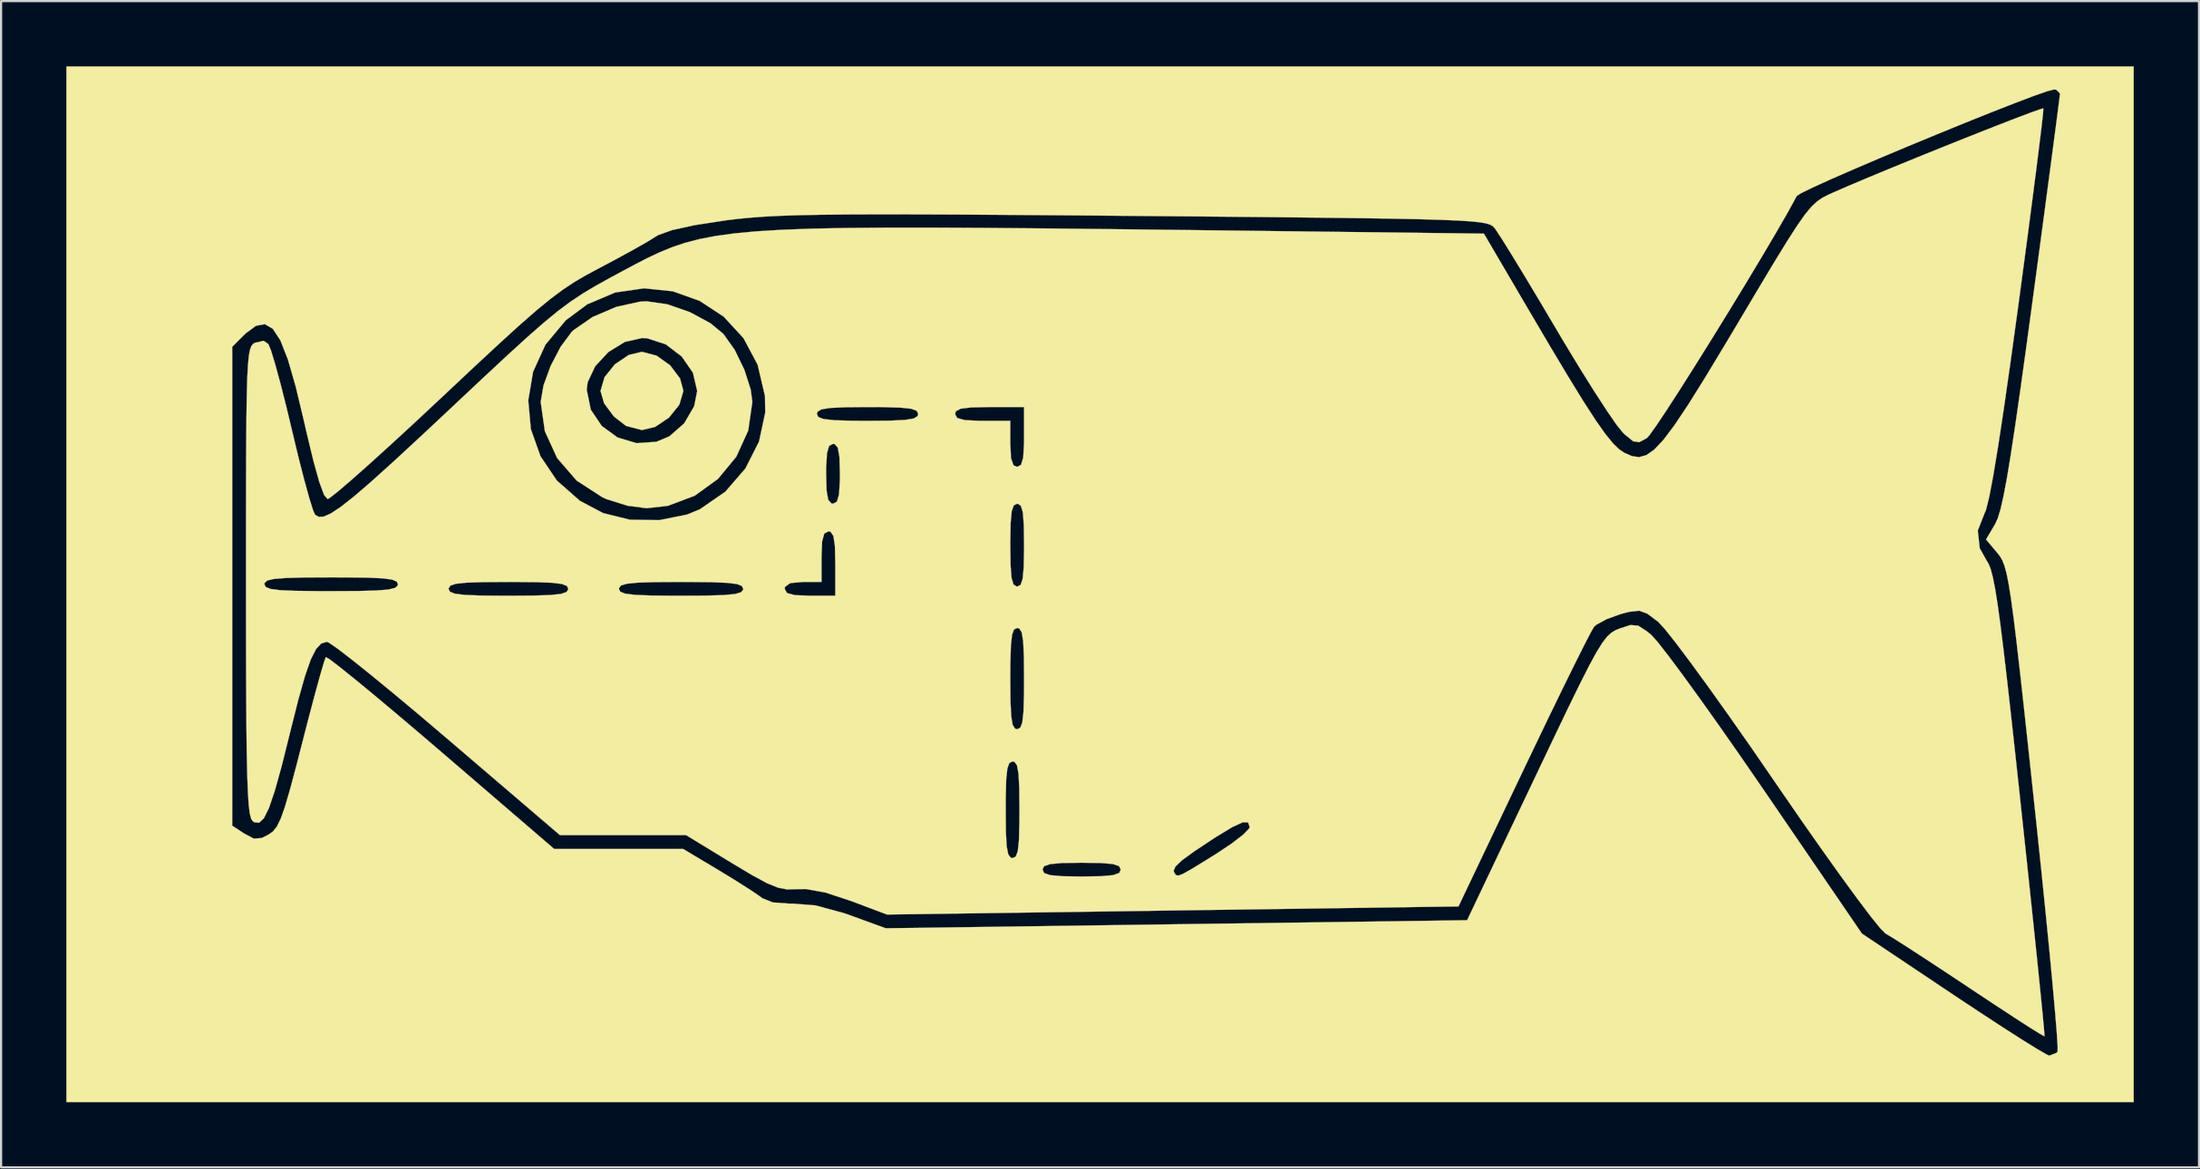
<source format=kicad_pcb>
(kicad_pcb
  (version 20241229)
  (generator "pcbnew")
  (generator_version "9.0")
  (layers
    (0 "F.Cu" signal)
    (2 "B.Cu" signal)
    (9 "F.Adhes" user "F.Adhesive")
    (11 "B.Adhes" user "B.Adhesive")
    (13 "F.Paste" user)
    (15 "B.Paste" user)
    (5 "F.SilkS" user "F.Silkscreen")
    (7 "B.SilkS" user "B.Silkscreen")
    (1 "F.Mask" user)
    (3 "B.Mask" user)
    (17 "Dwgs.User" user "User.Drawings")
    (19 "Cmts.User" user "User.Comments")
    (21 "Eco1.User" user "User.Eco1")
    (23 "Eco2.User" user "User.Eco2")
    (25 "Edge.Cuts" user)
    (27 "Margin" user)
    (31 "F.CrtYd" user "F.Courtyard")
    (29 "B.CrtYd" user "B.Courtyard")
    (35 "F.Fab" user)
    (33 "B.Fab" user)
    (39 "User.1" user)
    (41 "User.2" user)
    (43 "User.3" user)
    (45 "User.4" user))
  (footprint "bable"
    (layer "F.Cu")
    (at 47.418 23.712)
    (property "Reference" "bable" (at 0 0 0) (layer "F.SilkS") (effects (font (size 1.524 1.524) (thickness 0.3))))
    (attr through_hole)
    (fp_poly (pts (xy -20.282 -10.407) (xy -19.656 -9.958) (xy -19.203 -9.356) (xy -19.05 -8.784) (xy -19.237 -8.149) (xy -19.713 -7.557) (xy -20.349 -7.13) (xy -20.955 -6.985) (xy -21.685 -7.174) (xy -22.241 -7.604) (xy -22.693 -8.211) (xy -22.86 -8.784) (xy -22.673 -9.42) (xy -22.197 -10.011) (xy -21.561 -10.439) (xy -20.955 -10.583) (xy -20.282 -10.407)) (stroke (width 0.01) (type solid)) (fill yes) (layer "F.SilkS"))
    (fp_poly (pts (xy -19.789 -12.769) (xy -18.749 -12.407) (xy -17.802 -11.895) (xy -17.211 -11.405) (xy -16.693 -10.677) (xy -16.249 -9.763) (xy -15.955 -8.848) (xy -15.88 -8.28) (xy -16.07 -6.961) (xy -16.617 -5.76) (xy -17.458 -4.74) (xy -18.528 -3.966) (xy -19.765 -3.5) (xy -20.743 -3.391) (xy -21.618 -3.505) (xy -22.566 -3.802) (xy -22.769 -3.891) (xy -23.956 -4.66) (xy -24.854 -5.697) (xy -25.419 -6.934) (xy -25.61 -8.28) (xy -25.514 -8.841) (xy -23.495 -8.841) (xy -23.307 -7.921) (xy -22.802 -7.171) (xy -22.072 -6.641) (xy -21.205 -6.382) (xy -20.292 -6.445) (xy -19.693 -6.696) (xy -19.011 -7.295) (xy -18.553 -8.084) (xy -18.415 -8.784) (xy -18.61 -9.62) (xy -19.126 -10.367) (xy -19.862 -10.928) (xy -20.716 -11.205) (xy -20.945 -11.218) (xy -21.741 -11.04) (xy -22.497 -10.574) (xy -23.104 -9.921) (xy -23.452 -9.184) (xy -23.495 -8.841) (xy -25.514 -8.841) (xy -25.48 -9.04) (xy -25.148 -9.944) (xy -24.691 -10.819) (xy -24.188 -11.494) (xy -24.105 -11.576) (xy -23.222 -12.185) (xy -22.135 -12.649) (xy -21.047 -12.889) (xy -20.743 -12.905) (xy -19.789 -12.769)) (stroke (width 0.01) (type solid)) (fill yes) (layer "F.SilkS"))
    (fp_poly (pts (xy 47.625 23.918) (xy -47.413 23.918) (xy -47.413 -10.814) (xy -39.793 -10.814) (xy -39.793 0.197) (xy -39.793 11.209) (xy -39.24 11.571) (xy -38.799 11.804) (xy -38.437 11.776) (xy -38.129 11.624) (xy -37.923 11.478) (xy -37.741 11.253) (xy -37.563 10.891) (xy -37.365 10.332) (xy -37.128 9.517) (xy -36.827 8.389) (xy -36.583 7.438) (xy -36.269 6.219) (xy -35.984 5.145) (xy -35.747 4.283) (xy -35.576 3.699) (xy -35.489 3.457) (xy -35.488 3.455) (xy -35.307 3.562) (xy -34.846 3.914) (xy -34.142 4.481) (xy -33.234 5.229) (xy -32.161 6.129) (xy -30.961 7.148) (xy -30.186 7.812) (xy -24.992 12.277) (xy -19.065 12.277) (xy -17.417 13.263) (xy -16.639 13.738) (xy -15.971 14.163) (xy -15.52 14.469) (xy -15.422 14.545) (xy -14.937 14.739) (xy -14.161 14.796) (xy -14.033 14.792) (xy -12.967 14.878) (xy -11.662 15.233) (xy -11.37 15.336) (xy -9.748 15.927) (xy 3.616 15.742) (xy 16.981 15.557) (xy 20.098 8.998) (xy 20.935 7.239) (xy 21.613 5.823) (xy 22.156 4.712) (xy 22.586 3.864) (xy 22.924 3.242) (xy 23.194 2.806) (xy 23.417 2.516) (xy 23.617 2.332) (xy 23.814 2.215) (xy 23.982 2.146) (xy 24.49 1.982) (xy 24.846 2.011) (xy 25.246 2.271) (xy 25.445 2.434) (xy 25.721 2.739) (xy 26.202 3.352) (xy 26.857 4.229) (xy 27.655 5.329) (xy 28.565 6.608) (xy 29.554 8.022) (xy 30.593 9.53) (xy 30.637 9.594) (xy 35.132 16.172) (xy 39.315 18.971) (xy 40.502 19.759) (xy 41.579 20.463) (xy 42.494 21.049) (xy 43.196 21.484) (xy 43.633 21.736) (xy 43.75 21.786) (xy 44.082 21.654) (xy 44.128 21.597) (xy 44.13 21.353) (xy 44.09 20.728) (xy 44.011 19.762) (xy 43.897 18.495) (xy 43.752 16.966) (xy 43.579 15.216) (xy 43.382 13.284) (xy 43.165 11.21) (xy 43.073 10.346) (xy 42.812 7.904) (xy 42.589 5.848) (xy 42.4 4.141) (xy 42.24 2.75) (xy 42.104 1.637) (xy 41.986 0.768) (xy 41.881 0.106) (xy 41.784 -0.382) (xy 41.689 -0.734) (xy 41.592 -0.984) (xy 41.488 -1.167) (xy 41.371 -1.321) (xy 41.365 -1.327) (xy 40.838 -1.953) (xy 41.266 -2.678) (xy 41.383 -2.938) (xy 41.506 -3.349) (xy 41.642 -3.946) (xy 41.796 -4.762) (xy 41.973 -5.833) (xy 42.18 -7.193) (xy 42.422 -8.876) (xy 42.705 -10.917) (xy 42.966 -12.839) (xy 43.229 -14.792) (xy 43.473 -16.616) (xy 43.693 -18.269) (xy 43.884 -19.707) (xy 44.04 -20.889) (xy 44.154 -21.77) (xy 44.222 -22.308) (xy 44.238 -22.462) (xy 44.07 -22.634) (xy 43.963 -22.648) (xy 43.659 -22.57) (xy 43.034 -22.351) (xy 42.148 -22.016) (xy 41.062 -21.59) (xy 39.836 -21.098) (xy 38.528 -20.564) (xy 37.2 -20.014) (xy 35.91 -19.472) (xy 34.719 -18.963) (xy 33.686 -18.511) (xy 32.872 -18.141) (xy 32.336 -17.879) (xy 32.138 -17.753) (xy 31.742 -17.029) (xy 31.2 -16.087) (xy 30.547 -14.981) (xy 29.817 -13.765) (xy 29.043 -12.494) (xy 28.258 -11.222) (xy 27.497 -10.002) (xy 26.794 -8.891) (xy 26.181 -7.942) (xy 25.692 -7.209) (xy 25.362 -6.747) (xy 25.241 -6.613) (xy 24.895 -6.428) (xy 24.617 -6.468) (xy 24.244 -6.771) (xy 24.143 -6.867) (xy 23.862 -7.214) (xy 23.411 -7.868) (xy 22.827 -8.766) (xy 22.15 -9.849) (xy 21.419 -11.055) (xy 21.051 -11.676) (xy 20.324 -12.904) (xy 19.651 -14.027) (xy 19.067 -14.987) (xy 18.608 -15.726) (xy 18.307 -16.188) (xy 18.225 -16.3) (xy 18.146 -16.373) (xy 18.026 -16.437) (xy 17.836 -16.493) (xy 17.547 -16.541) (xy 17.131 -16.583) (xy 16.559 -16.62) (xy 15.804 -16.651) (xy 14.836 -16.68) (xy 13.627 -16.705) (xy 12.149 -16.729) (xy 10.373 -16.751) (xy 8.27 -16.774) (xy 5.813 -16.798) (xy 2.973 -16.823) (xy 1.693 -16.834) (xy -1.371 -16.86) (xy -4.044 -16.88) (xy -6.359 -16.895) (xy -8.35 -16.903) (xy -10.047 -16.905) (xy -11.485 -16.9) (xy -12.696 -16.887) (xy -13.713 -16.867) (xy -14.567 -16.839) (xy -15.293 -16.802) (xy -15.922 -16.757) (xy -16.488 -16.703) (xy -17.022 -16.639) (xy -17.129 -16.625) (xy -18.537 -16.407) (xy -19.571 -16.181) (xy -20.209 -15.951) (xy -20.304 -15.894) (xy -20.715 -15.639) (xy -21.399 -15.251) (xy -22.249 -14.788) (xy -22.924 -14.43) (xy -23.522 -14.11) (xy -24.066 -13.791) (xy -24.601 -13.436) (xy -25.173 -13.008) (xy -25.827 -12.471) (xy -26.609 -11.786) (xy -27.563 -10.917) (xy -28.735 -9.827) (xy -30.064 -8.579) (xy -31.29 -7.432) (xy -32.426 -6.384) (xy -33.434 -5.469) (xy -34.275 -4.722) (xy -34.911 -4.177) (xy -35.303 -3.868) (xy -35.408 -3.81) (xy -35.569 -4.004) (xy -35.787 -4.592) (xy -36.062 -5.581) (xy -36.398 -6.98) (xy -36.483 -7.355) (xy -36.875 -8.993) (xy -37.234 -10.237) (xy -37.578 -11.111) (xy -37.926 -11.642) (xy -38.295 -11.856) (xy -38.703 -11.778) (xy -39.17 -11.434) (xy -39.274 -11.334) (xy -39.793 -10.814) (xy -47.413 -10.814) (xy -47.413 -23.707) (xy 47.625 -23.707) (xy 47.625 23.918)) (stroke (width 0.01) (type solid)) (fill yes) (layer "F.SilkS"))
    (fp_poly (pts (xy 43.459 -21.555) (xy 43.393 -20.959) (xy 43.28 -20.031) (xy 43.127 -18.812) (xy 42.937 -17.348) (xy 42.718 -15.68) (xy 42.474 -13.851) (xy 42.312 -12.646) (xy 41.96 -10.093) (xy 41.653 -7.951) (xy 41.389 -6.212) (xy 41.166 -4.867) (xy 40.983 -3.906) (xy 40.838 -3.32) (xy 40.757 -3.127) (xy 40.458 -2.361) (xy 40.547 -1.551) (xy 40.856 -0.996) (xy 40.957 -0.831) (xy 41.055 -0.582) (xy 41.152 -0.213) (xy 41.255 0.31) (xy 41.369 1.022) (xy 41.497 1.959) (xy 41.646 3.155) (xy 41.819 4.645) (xy 42.023 6.466) (xy 42.262 8.65) (xy 42.428 10.196) (xy 42.65 12.27) (xy 42.856 14.213) (xy 43.042 15.984) (xy 43.204 17.544) (xy 43.337 18.853) (xy 43.438 19.872) (xy 43.502 20.559) (xy 43.526 20.876) (xy 43.525 20.893) (xy 43.342 20.796) (xy 42.863 20.499) (xy 42.143 20.035) (xy 41.235 19.44) (xy 40.194 18.75) (xy 40.1 18.687) (xy 39.012 17.964) (xy 38.014 17.309) (xy 37.173 16.763) (xy 36.553 16.369) (xy 36.218 16.169) (xy 36.217 16.168) (xy 35.984 15.936) (xy 35.543 15.391) (xy 34.924 14.571) (xy 34.153 13.516) (xy 33.258 12.262) (xy 32.269 10.85) (xy 31.213 9.317) (xy 31.116 9.176) (xy 30.05 7.626) (xy 29.033 6.174) (xy 28.097 4.861) (xy 27.272 3.729) (xy 26.59 2.82) (xy 26.079 2.176) (xy 25.772 1.84) (xy 25.759 1.829) (xy 25.266 1.459) (xy 24.89 1.321) (xy 24.429 1.374) (xy 24.037 1.478) (xy 23.403 1.706) (xy 22.927 1.965) (xy 22.816 2.064) (xy 22.664 2.326) (xy 22.355 2.924) (xy 21.912 3.809) (xy 21.359 4.933) (xy 20.72 6.249) (xy 20.019 7.708) (xy 19.568 8.652) (xy 16.584 14.922) (xy 3.445 15.108) (xy -9.693 15.294) (xy -11.355 14.667) (xy -12.524 14.283) (xy -13.419 14.122) (xy -13.864 14.128) (xy -14.279 14.14) (xy -14.695 14.061) (xy -15.2 13.856) (xy -15.883 13.488) (xy -16.316 13.229) (xy -2.54 13.229) (xy -2.463 13.388) (xy -2.184 13.485) (xy -1.627 13.534) (xy -0.741 13.547) (xy 0.159 13.533) (xy 0.709 13.484) (xy 0.984 13.386) (xy 1.03 13.289) (xy 3.488 13.289) (xy 3.517 13.374) (xy 3.592 13.478) (xy 3.701 13.506) (xy 3.917 13.425) (xy 4.309 13.205) (xy 4.95 12.812) (xy 5.463 12.493) (xy 6.157 12.03) (xy 6.685 11.622) (xy 6.963 11.335) (xy 6.985 11.275) (xy 6.914 11.06) (xy 6.668 11.053) (xy 6.194 11.269) (xy 5.441 11.726) (xy 5.341 11.79) (xy 4.45 12.38) (xy 3.876 12.798) (xy 3.572 13.087) (xy 3.488 13.289) (xy 1.03 13.289) (xy 1.058 13.229) (xy 0.982 13.07) (xy 0.702 12.973) (xy 0.146 12.925) (xy -0.741 12.912) (xy -1.64 12.925) (xy -2.191 12.975) (xy -2.466 13.073) (xy -2.54 13.229) (xy -16.316 13.229) (xy -16.819 12.928) (xy -18.928 11.642) (xy -24.727 11.642) (xy -26.088 10.477) (xy -4.233 10.477) (xy -4.224 11.492) (xy -4.188 12.153) (xy -4.116 12.527) (xy -3.999 12.682) (xy -3.916 12.7) (xy -3.771 12.632) (xy -3.677 12.382) (xy -3.623 11.882) (xy -3.601 11.063) (xy -3.598 10.477) (xy -3.608 9.463) (xy -3.644 8.802) (xy -3.715 8.428) (xy -3.832 8.273) (xy -3.916 8.255) (xy -4.061 8.323) (xy -4.155 8.573) (xy -4.209 9.073) (xy -4.231 9.892) (xy -4.233 10.477) (xy -26.088 10.477) (xy -29.921 7.197) (xy -31.191 6.118) (xy -32.369 5.133) (xy -33.208 4.445) (xy -4.022 4.445) (xy -4.013 5.487) (xy -3.979 6.173) (xy -3.913 6.571) (xy -3.803 6.746) (xy -3.704 6.773) (xy -3.562 6.707) (xy -3.468 6.463) (xy -3.414 5.973) (xy -3.39 5.172) (xy -3.387 4.445) (xy -3.396 3.403) (xy -3.429 2.717) (xy -3.496 2.319) (xy -3.605 2.144) (xy -3.704 2.117) (xy -3.846 2.183) (xy -3.94 2.427) (xy -3.994 2.917) (xy -4.018 3.718) (xy -4.022 4.445) (xy -33.208 4.445) (xy -33.413 4.276) (xy -34.284 3.579) (xy -34.939 3.075) (xy -35.34 2.797) (xy -35.438 2.752) (xy -35.695 2.827) (xy -35.937 3.083) (xy -36.181 3.567) (xy -36.446 4.325) (xy -36.75 5.402) (xy -37.114 6.846) (xy -37.148 6.985) (xy -37.523 8.487) (xy -37.836 9.61) (xy -38.101 10.391) (xy -38.336 10.867) (xy -38.555 11.074) (xy -38.775 11.051) (xy -38.855 10.995) (xy -38.924 10.884) (xy -38.983 10.653) (xy -39.031 10.271) (xy -39.069 9.702) (xy -39.1 8.916) (xy -39.123 7.878) (xy -39.139 6.556) (xy -39.15 4.917) (xy -39.156 2.928) (xy -39.158 0.556) (xy -39.158 0.106) (xy -38.312 0.106) (xy -38.253 0.232) (xy -38.038 0.32) (xy -37.607 0.378) (xy -36.899 0.409) (xy -35.856 0.422) (xy -35.242 0.423) (xy -34.023 0.417) (xy -33.168 0.395) (xy -32.616 0.35) (xy -32.478 0.318) (xy -29.845 0.318) (xy -29.784 0.45) (xy -29.558 0.54) (xy -29.105 0.597) (xy -28.363 0.626) (xy -27.268 0.635) (xy -27.093 0.635) (xy -25.947 0.628) (xy -25.162 0.602) (xy -24.674 0.55) (xy -24.422 0.464) (xy -24.343 0.338) (xy -24.342 0.318) (xy -22.013 0.318) (xy -21.953 0.448) (xy -21.731 0.538) (xy -21.286 0.594) (xy -20.556 0.624) (xy -19.479 0.635) (xy -19.156 0.635) (xy -17.985 0.628) (xy -17.176 0.604) (xy -16.667 0.554) (xy -16.396 0.473) (xy -16.301 0.353) (xy -16.298 0.318) (xy -14.393 0.318) (xy -14.289 0.509) (xy -13.922 0.608) (xy -13.229 0.635) (xy -12.065 0.635) (xy -12.065 -0.847) (xy -12.084 -1.652) (xy -12.09 -1.693) (xy -4.022 -1.693) (xy -4.009 -0.764) (xy -3.964 -0.185) (xy -3.874 0.116) (xy -3.727 0.211) (xy -3.704 0.212) (xy -3.549 0.137) (xy -3.453 -0.134) (xy -3.403 -0.674) (xy -3.387 -1.555) (xy -3.387 -1.693) (xy -3.399 -2.623) (xy -3.444 -3.202) (xy -3.534 -3.502) (xy -3.681 -3.597) (xy -3.704 -3.598) (xy -3.859 -3.524) (xy -3.956 -3.253) (xy -4.006 -2.713) (xy -4.021 -1.832) (xy -4.022 -1.693) (xy -12.09 -1.693) (xy -12.151 -2.112) (xy -12.283 -2.307) (xy -12.383 -2.328) (xy -12.574 -2.224) (xy -12.673 -1.857) (xy -12.7 -1.164) (xy -12.7 0) (xy -13.547 0) (xy -14.135 0.052) (xy -14.378 0.226) (xy -14.393 0.318) (xy -16.298 0.318) (xy -16.359 0.187) (xy -16.581 0.098) (xy -17.026 0.041) (xy -17.756 0.011) (xy -18.832 0.00035) (xy -19.156 0) (xy -20.327 0.007) (xy -21.136 0.031) (xy -21.645 0.081) (xy -21.916 0.162) (xy -22.01 0.282) (xy -22.013 0.318) (xy -24.342 0.318) (xy -24.403 0.185) (xy -24.629 0.095) (xy -25.081 0.038) (xy -25.824 0.009) (xy -26.918 0.000106) (xy -27.093 0) (xy -28.239 0.007) (xy -29.025 0.033) (xy -29.512 0.085) (xy -29.765 0.171) (xy -29.844 0.297) (xy -29.845 0.318) (xy -32.478 0.318) (xy -32.308 0.277) (xy -32.185 0.169) (xy -32.173 0.106) (xy -32.232 -0.02) (xy -32.447 -0.109) (xy -32.878 -0.166) (xy -33.586 -0.198) (xy -34.629 -0.21) (xy -35.242 -0.212) (xy -36.462 -0.206) (xy -37.317 -0.183) (xy -37.869 -0.139) (xy -38.177 -0.066) (xy -38.3 0.042) (xy -38.312 0.106) (xy -39.158 0.106) (xy -39.158 -0.018) (xy -39.158 -2.43) (xy -39.155 -4.453) (xy -39.15 -6.123) (xy -39.139 -7.474) (xy -39.123 -8.541) (xy -39.101 -9.359) (xy -39.069 -9.964) (xy -39.028 -10.39) (xy -38.977 -10.672) (xy -38.913 -10.844) (xy -38.835 -10.943) (xy -38.757 -10.995) (xy -38.346 -11.089) (xy -38.131 -10.938) (xy -38.011 -10.651) (xy -37.82 -10.023) (xy -37.575 -9.126) (xy -37.298 -8.032) (xy -37.047 -6.981) (xy -36.759 -5.78) (xy -36.488 -4.72) (xy -36.254 -3.87) (xy -36.076 -3.3) (xy -35.981 -3.088) (xy -35.815 -2.992) (xy -35.583 -3.005) (xy -35.255 -3.151) (xy -34.801 -3.452) (xy -34.191 -3.933) (xy -33.397 -4.617) (xy -32.386 -5.528) (xy -31.131 -6.688) (xy -29.685 -8.043) (xy -29.357 -8.351) (xy -26.182 -8.351) (xy -26.065 -7.035) (xy -25.622 -5.784) (xy -24.867 -4.662) (xy -23.811 -3.733) (xy -22.737 -3.165) (xy -21.509 -2.861) (xy -20.165 -2.842) (xy -18.88 -3.099) (xy -18.289 -3.343) (xy -17.121 -4.151) (xy -16.409 -4.974) (xy -12.488 -4.974) (xy -12.467 -4.202) (xy -12.391 -3.774) (xy -12.243 -3.608) (xy -12.171 -3.598) (xy -11.993 -3.69) (xy -11.894 -4.018) (xy -11.856 -4.662) (xy -11.853 -4.974) (xy -11.875 -5.746) (xy -11.95 -6.175) (xy -12.099 -6.34) (xy -12.171 -6.35) (xy -12.349 -6.258) (xy -12.448 -5.93) (xy -12.486 -5.286) (xy -12.488 -4.974) (xy -16.409 -4.974) (xy -16.199 -5.217) (xy -15.571 -6.457) (xy -15.3 -7.726) (xy -12.912 -7.726) (xy -12.845 -7.584) (xy -12.601 -7.49) (xy -12.112 -7.436) (xy -11.311 -7.412) (xy -10.583 -7.408) (xy -9.541 -7.417) (xy -8.855 -7.451) (xy -8.458 -7.517) (xy -8.282 -7.627) (xy -8.255 -7.726) (xy -6.562 -7.726) (xy -6.464 -7.541) (xy -6.118 -7.442) (xy -5.445 -7.409) (xy -5.292 -7.408) (xy -4.022 -7.408) (xy -4.022 -6.35) (xy -3.988 -5.684) (xy -3.87 -5.359) (xy -3.704 -5.292) (xy -3.526 -5.384) (xy -3.427 -5.712) (xy -3.389 -6.355) (xy -3.387 -6.668) (xy -3.387 -8.043) (xy -4.974 -8.043) (xy -5.812 -8.027) (xy -6.303 -7.967) (xy -6.525 -7.848) (xy -6.562 -7.726) (xy -8.255 -7.726) (xy -8.322 -7.868) (xy -8.566 -7.962) (xy -9.055 -8.016) (xy -9.856 -8.04) (xy -10.583 -8.043) (xy -11.626 -8.034) (xy -12.312 -8.001) (xy -12.709 -7.934) (xy -12.885 -7.825) (xy -12.912 -7.726) (xy -15.3 -7.726) (xy -15.287 -7.784) (xy -15.299 -8.55) (xy -15.636 -9.989) (xy -16.288 -11.213) (xy -17.197 -12.2) (xy -18.302 -12.926) (xy -19.541 -13.368) (xy -20.857 -13.504) (xy -22.187 -13.311) (xy -23.472 -12.766) (xy -24.456 -12.035) (xy -25.39 -10.915) (xy -25.961 -9.666) (xy -26.182 -8.351) (xy -29.357 -8.351) (xy -28.292 -9.352) (xy -27.158 -10.408) (xy -26.235 -11.25) (xy -25.474 -11.918) (xy -24.828 -12.45) (xy -24.247 -12.884) (xy -23.683 -13.259) (xy -23.088 -13.615) (xy -22.414 -13.989) (xy -21.914 -14.259) (xy -21.283 -14.596) (xy -20.701 -14.896) (xy -20.139 -15.161) (xy -19.572 -15.393) (xy -18.973 -15.594) (xy -18.314 -15.766) (xy -17.569 -15.91) (xy -16.711 -16.028) (xy -15.714 -16.122) (xy -14.55 -16.193) (xy -13.193 -16.245) (xy -11.616 -16.277) (xy -9.792 -16.293) (xy -7.694 -16.294) (xy -5.296 -16.282) (xy -2.571 -16.258) (xy 0.508 -16.225) (xy 3.969 -16.185) (xy 6.178 -16.158) (xy 17.753 -16.018) (xy 19.811 -12.507) (xy 20.832 -10.774) (xy 21.67 -9.375) (xy 22.35 -8.271) (xy 22.897 -7.428) (xy 23.334 -6.808) (xy 23.687 -6.375) (xy 23.979 -6.093) (xy 24.21 -5.938) (xy 24.558 -5.786) (xy 24.884 -5.739) (xy 25.217 -5.829) (xy 25.584 -6.085) (xy 26.011 -6.54) (xy 26.525 -7.223) (xy 27.154 -8.166) (xy 27.924 -9.4) (xy 28.863 -10.955) (xy 29.422 -11.892) (xy 30.351 -13.454) (xy 31.094 -14.693) (xy 31.682 -15.651) (xy 32.143 -16.369) (xy 32.508 -16.889) (xy 32.808 -17.253) (xy 33.072 -17.501) (xy 33.33 -17.676) (xy 33.612 -17.819) (xy 33.761 -17.886) (xy 34.486 -18.202) (xy 35.432 -18.602) (xy 36.535 -19.058) (xy 37.732 -19.548) (xy 38.961 -20.044) (xy 40.158 -20.522) (xy 41.26 -20.958) (xy 42.204 -21.324) (xy 42.928 -21.597) (xy 43.368 -21.751) (xy 43.473 -21.775) (xy 43.459 -21.555)) (stroke (width 0.01) (type solid)) (fill yes) (layer "F.SilkS")))
  (gr_rect
    (start -3 -3)
    (end 98.048 50.635)
    (stroke (width 0.1) (type default))
    (fill no)
    (layer "Edge.Cuts")))
</source>
